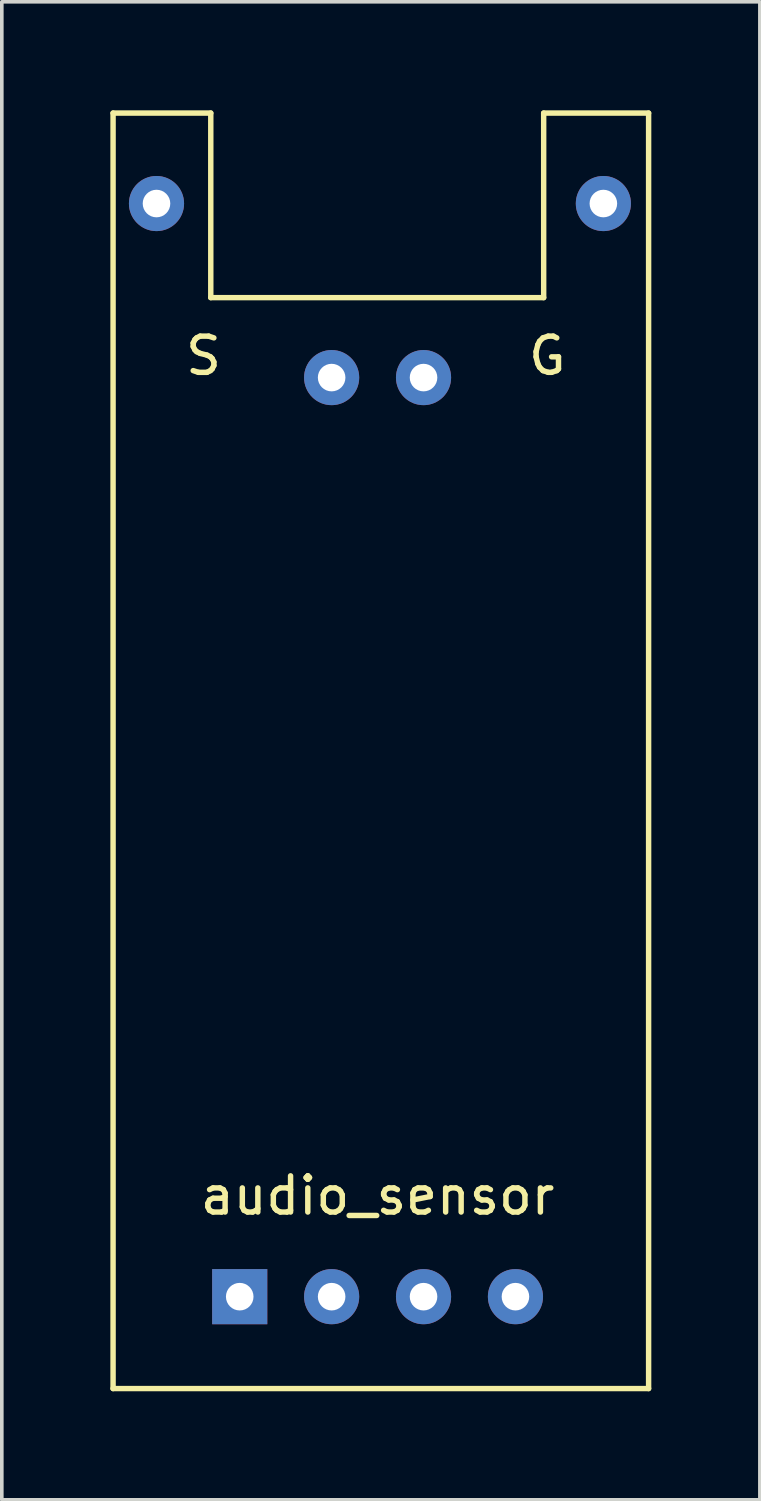
<source format=kicad_pcb>
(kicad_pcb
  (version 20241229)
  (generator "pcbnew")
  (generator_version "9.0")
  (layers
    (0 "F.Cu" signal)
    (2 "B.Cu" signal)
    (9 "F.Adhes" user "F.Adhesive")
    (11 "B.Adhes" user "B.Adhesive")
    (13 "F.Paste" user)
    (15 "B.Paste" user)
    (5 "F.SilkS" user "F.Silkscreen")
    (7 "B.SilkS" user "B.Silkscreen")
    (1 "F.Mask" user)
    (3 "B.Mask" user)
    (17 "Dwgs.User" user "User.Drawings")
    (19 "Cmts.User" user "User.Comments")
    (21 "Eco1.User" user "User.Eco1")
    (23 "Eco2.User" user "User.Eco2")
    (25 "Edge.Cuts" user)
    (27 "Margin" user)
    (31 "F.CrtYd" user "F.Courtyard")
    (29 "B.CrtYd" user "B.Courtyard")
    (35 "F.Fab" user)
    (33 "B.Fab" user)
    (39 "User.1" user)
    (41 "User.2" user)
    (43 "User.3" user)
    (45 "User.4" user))
  (footprint "audio_sensor"
    (layer "F.Cu")
    (at 3.575 32.785)
    (property "Reference" "audio_sensor" (at 3.81 -2.794 0) (layer "F.SilkS") (effects (font (size 1 1) (thickness 0.15))))
    (attr through_hole)
    (fp_line (start -3.5 -32.71) (end -0.8 -32.71) (stroke (width 0.15) (type solid)) (layer "F.SilkS"))
    (fp_line (start -3.5 2.54) (end -3.5 -32.71) (stroke (width 0.15) (type solid)) (layer "F.SilkS"))
    (fp_line (start -3.5 2.54) (end 11.3 2.54) (stroke (width 0.15) (type solid)) (layer "F.SilkS"))
    (fp_line (start -0.8 -32.71) (end -0.8 -27.61) (stroke (width 0.15) (type solid)) (layer "F.SilkS"))
    (fp_line (start -0.8 -27.61) (end 8.4 -27.61) (stroke (width 0.15) (type solid)) (layer "F.SilkS"))
    (fp_line (start 8.4 -32.71) (end 8.4 -27.61) (stroke (width 0.15) (type solid)) (layer "F.SilkS"))
    (fp_line (start 11.3 -32.71) (end 8.4 -32.71) (stroke (width 0.15) (type solid)) (layer "F.SilkS"))
    (fp_line (start 11.3 2.54) (end 11.3 -32.71) (stroke (width 0.15) (type solid)) (layer "F.SilkS"))
    (fp_text user "S" (at -1 -26 0) (layer "F.SilkS") (effects (font (size 1 1) (thickness 0.15))))
    (fp_text user "G" (at 8.5 -26 0) (layer "F.SilkS") (effects (font (size 1 1) (thickness 0.15))))
    (pad "1" thru_hole rect (at 0 0) (size 1.524 1.524) (drill 0.762) (layers "*.Cu" "*.Mask"))
    (pad "1" thru_hole circle (at 10.05 -30.21) (size 1.524 1.524) (drill 0.762) (layers "*.Cu" "*.Mask"))
    (pad "2" thru_hole circle (at -2.3 -30.21) (size 1.524 1.524) (drill 0.762) (layers "*.Cu" "*.Mask"))
    (pad "2" thru_hole circle (at 2.54 0) (size 1.524 1.524) (drill 0.762) (layers "*.Cu" "*.Mask"))
    (pad "3" thru_hole circle (at 2.54 -25.4) (size 1.524 1.524) (drill 0.762) (layers "*.Cu" "*.Mask"))
    (pad "3" thru_hole circle (at 5.08 0) (size 1.524 1.524) (drill 0.762) (layers "*.Cu" "*.Mask"))
    (pad "4" thru_hole circle (at 5.08 -25.4) (size 1.524 1.524) (drill 0.762) (layers "*.Cu" "*.Mask"))
    (pad "4" thru_hole circle (at 7.62 0) (size 1.524 1.524) (drill 0.762) (layers "*.Cu" "*.Mask")))
  (gr_rect
    (start -3 -3)
    (end 17.95 38.4)
    (stroke (width 0.1) (type default))
    (fill no)
    (layer "Edge.Cuts")))
</source>
